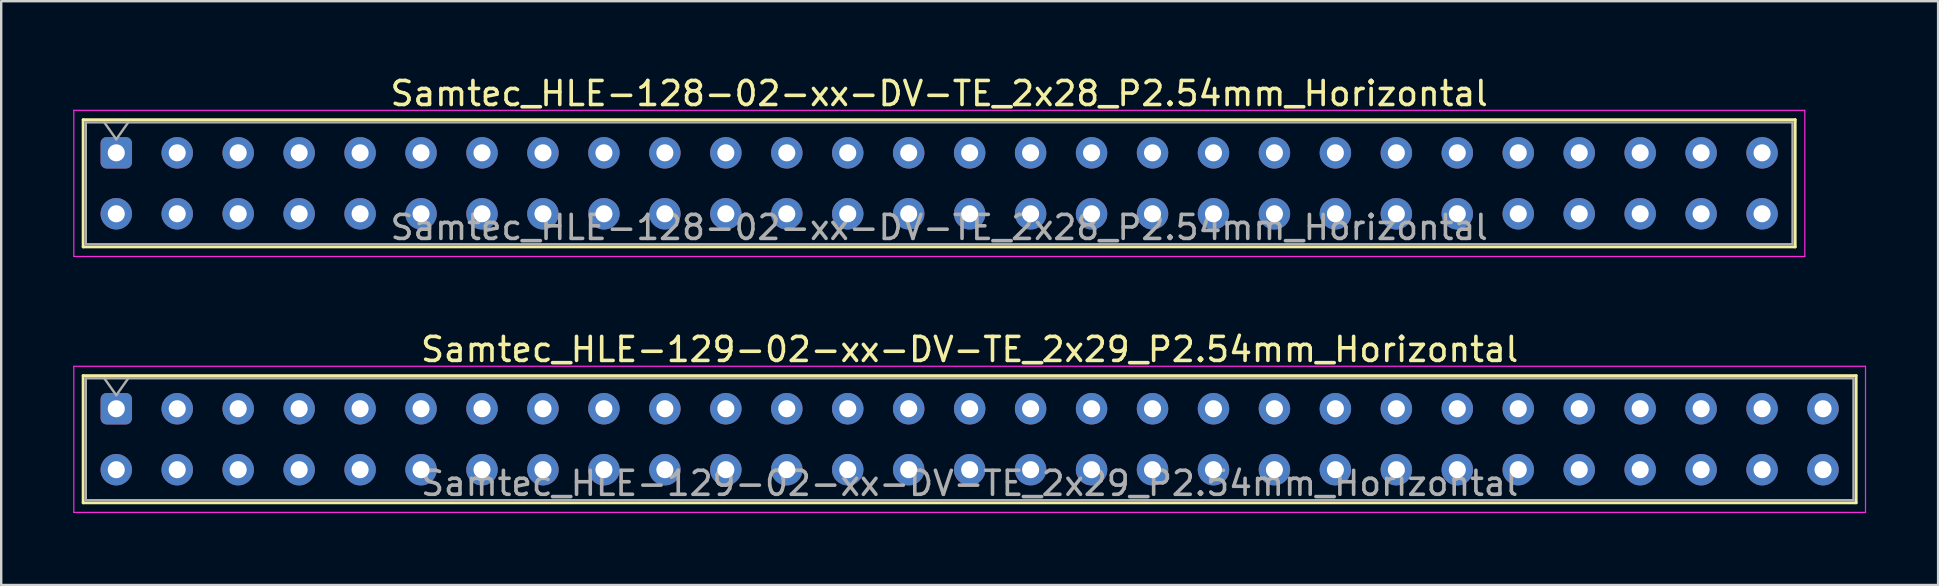
<source format=kicad_pcb>
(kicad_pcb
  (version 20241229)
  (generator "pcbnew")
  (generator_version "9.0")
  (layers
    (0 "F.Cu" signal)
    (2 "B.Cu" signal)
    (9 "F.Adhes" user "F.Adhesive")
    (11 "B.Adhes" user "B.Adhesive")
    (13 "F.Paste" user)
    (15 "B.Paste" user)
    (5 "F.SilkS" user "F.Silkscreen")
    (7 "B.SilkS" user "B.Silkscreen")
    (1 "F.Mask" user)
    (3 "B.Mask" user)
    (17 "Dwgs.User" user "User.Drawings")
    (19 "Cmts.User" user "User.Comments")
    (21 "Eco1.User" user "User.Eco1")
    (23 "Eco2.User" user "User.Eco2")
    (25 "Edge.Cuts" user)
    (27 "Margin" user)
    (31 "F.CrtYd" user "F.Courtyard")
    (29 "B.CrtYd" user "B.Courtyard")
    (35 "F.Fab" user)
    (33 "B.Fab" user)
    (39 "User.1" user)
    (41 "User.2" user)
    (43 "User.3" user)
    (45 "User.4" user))
  (footprint "Samtec_HLE-129-02-xx-DV-TE_2x29_P2.54mm_Horizontal"
    (layer "F.Cu")
    (at 1.795 13.982)
    (property "Reference" "Samtec_HLE-129-02-xx-DV-TE_2x29_P2.54mm_Horizontal" (at 35.56 -2.47 0) (layer "F.SilkS") (effects (font (size 1 1) (thickness 0.15))))
    (attr through_hole)
    (fp_line (start -1.38 -1.38) (end 72.5 -1.38) (stroke (width 0.12) (type solid)) (layer "F.SilkS"))
    (fp_line (start -1.38 3.92) (end -1.38 -1.38) (stroke (width 0.12) (type solid)) (layer "F.SilkS"))
    (fp_line (start 72.5 -1.38) (end 72.5 3.92) (stroke (width 0.12) (type solid)) (layer "F.SilkS"))
    (fp_line (start 72.5 3.92) (end -1.38 3.92) (stroke (width 0.12) (type solid)) (layer "F.SilkS"))
    (fp_line (start -1.77 -1.77) (end 72.89 -1.77) (stroke (width 0.05) (type solid)) (layer "F.CrtYd"))
    (fp_line (start -1.77 4.32) (end -1.77 -1.77) (stroke (width 0.05) (type solid)) (layer "F.CrtYd"))
    (fp_line (start 72.89 -1.77) (end 72.89 4.32) (stroke (width 0.05) (type solid)) (layer "F.CrtYd"))
    (fp_line (start 72.89 4.32) (end -1.77 4.32) (stroke (width 0.05) (type solid)) (layer "F.CrtYd"))
    (fp_line (start -1.27 -1.27) (end 72.39 -1.27) (stroke (width 0.1) (type solid)) (layer "F.Fab"))
    (fp_line (start -1.27 3.81) (end -1.27 -1.27) (stroke (width 0.1) (type solid)) (layer "F.Fab"))
    (fp_line (start -0.5 -1.27) (end 0 -0.563) (stroke (width 0.1) (type solid)) (layer "F.Fab"))
    (fp_line (start 0 -0.563) (end 0.5 -1.27) (stroke (width 0.1) (type solid)) (layer "F.Fab"))
    (fp_line (start 72.39 -1.27) (end 72.39 3.81) (stroke (width 0.1) (type solid)) (layer "F.Fab"))
    (fp_line (start 72.39 3.81) (end -1.27 3.81) (stroke (width 0.1) (type solid)) (layer "F.Fab"))
    (fp_text user "${REFERENCE}" (at 35.56 3.11 0) (layer "F.Fab") (effects (font (size 1 1) (thickness 0.15))))
    (pad "1" thru_hole roundrect (at 0 0) (size 1.31 1.31) (drill 0.71) (layers "*.Cu" "*.Mask") (roundrect_rratio 0.191))
    (pad "2" thru_hole circle (at 0 2.54) (size 1.31 1.31) (drill 0.71) (layers "*.Cu" "*.Mask"))
    (pad "3" thru_hole circle (at 2.54 0) (size 1.31 1.31) (drill 0.71) (layers "*.Cu" "*.Mask"))
    (pad "4" thru_hole circle (at 2.54 2.54) (size 1.31 1.31) (drill 0.71) (layers "*.Cu" "*.Mask"))
    (pad "5" thru_hole circle (at 5.08 0) (size 1.31 1.31) (drill 0.71) (layers "*.Cu" "*.Mask"))
    (pad "6" thru_hole circle (at 5.08 2.54) (size 1.31 1.31) (drill 0.71) (layers "*.Cu" "*.Mask"))
    (pad "7" thru_hole circle (at 7.62 0) (size 1.31 1.31) (drill 0.71) (layers "*.Cu" "*.Mask"))
    (pad "8" thru_hole circle (at 7.62 2.54) (size 1.31 1.31) (drill 0.71) (layers "*.Cu" "*.Mask"))
    (pad "9" thru_hole circle (at 10.16 0) (size 1.31 1.31) (drill 0.71) (layers "*.Cu" "*.Mask"))
    (pad "10" thru_hole circle (at 10.16 2.54) (size 1.31 1.31) (drill 0.71) (layers "*.Cu" "*.Mask"))
    (pad "11" thru_hole circle (at 12.7 0) (size 1.31 1.31) (drill 0.71) (layers "*.Cu" "*.Mask"))
    (pad "12" thru_hole circle (at 12.7 2.54) (size 1.31 1.31) (drill 0.71) (layers "*.Cu" "*.Mask"))
    (pad "13" thru_hole circle (at 15.24 0) (size 1.31 1.31) (drill 0.71) (layers "*.Cu" "*.Mask"))
    (pad "14" thru_hole circle (at 15.24 2.54) (size 1.31 1.31) (drill 0.71) (layers "*.Cu" "*.Mask"))
    (pad "15" thru_hole circle (at 17.78 0) (size 1.31 1.31) (drill 0.71) (layers "*.Cu" "*.Mask"))
    (pad "16" thru_hole circle (at 17.78 2.54) (size 1.31 1.31) (drill 0.71) (layers "*.Cu" "*.Mask"))
    (pad "17" thru_hole circle (at 20.32 0) (size 1.31 1.31) (drill 0.71) (layers "*.Cu" "*.Mask"))
    (pad "18" thru_hole circle (at 20.32 2.54) (size 1.31 1.31) (drill 0.71) (layers "*.Cu" "*.Mask"))
    (pad "19" thru_hole circle (at 22.86 0) (size 1.31 1.31) (drill 0.71) (layers "*.Cu" "*.Mask"))
    (pad "20" thru_hole circle (at 22.86 2.54) (size 1.31 1.31) (drill 0.71) (layers "*.Cu" "*.Mask"))
    (pad "21" thru_hole circle (at 25.4 0) (size 1.31 1.31) (drill 0.71) (layers "*.Cu" "*.Mask"))
    (pad "22" thru_hole circle (at 25.4 2.54) (size 1.31 1.31) (drill 0.71) (layers "*.Cu" "*.Mask"))
    (pad "23" thru_hole circle (at 27.94 0) (size 1.31 1.31) (drill 0.71) (layers "*.Cu" "*.Mask"))
    (pad "24" thru_hole circle (at 27.94 2.54) (size 1.31 1.31) (drill 0.71) (layers "*.Cu" "*.Mask"))
    (pad "25" thru_hole circle (at 30.48 0) (size 1.31 1.31) (drill 0.71) (layers "*.Cu" "*.Mask"))
    (pad "26" thru_hole circle (at 30.48 2.54) (size 1.31 1.31) (drill 0.71) (layers "*.Cu" "*.Mask"))
    (pad "27" thru_hole circle (at 33.02 0) (size 1.31 1.31) (drill 0.71) (layers "*.Cu" "*.Mask"))
    (pad "28" thru_hole circle (at 33.02 2.54) (size 1.31 1.31) (drill 0.71) (layers "*.Cu" "*.Mask"))
    (pad "29" thru_hole circle (at 35.56 0) (size 1.31 1.31) (drill 0.71) (layers "*.Cu" "*.Mask"))
    (pad "30" thru_hole circle (at 35.56 2.54) (size 1.31 1.31) (drill 0.71) (layers "*.Cu" "*.Mask"))
    (pad "31" thru_hole circle (at 38.1 0) (size 1.31 1.31) (drill 0.71) (layers "*.Cu" "*.Mask"))
    (pad "32" thru_hole circle (at 38.1 2.54) (size 1.31 1.31) (drill 0.71) (layers "*.Cu" "*.Mask"))
    (pad "33" thru_hole circle (at 40.64 0) (size 1.31 1.31) (drill 0.71) (layers "*.Cu" "*.Mask"))
    (pad "34" thru_hole circle (at 40.64 2.54) (size 1.31 1.31) (drill 0.71) (layers "*.Cu" "*.Mask"))
    (pad "35" thru_hole circle (at 43.18 0) (size 1.31 1.31) (drill 0.71) (layers "*.Cu" "*.Mask"))
    (pad "36" thru_hole circle (at 43.18 2.54) (size 1.31 1.31) (drill 0.71) (layers "*.Cu" "*.Mask"))
    (pad "37" thru_hole circle (at 45.72 0) (size 1.31 1.31) (drill 0.71) (layers "*.Cu" "*.Mask"))
    (pad "38" thru_hole circle (at 45.72 2.54) (size 1.31 1.31) (drill 0.71) (layers "*.Cu" "*.Mask"))
    (pad "39" thru_hole circle (at 48.26 0) (size 1.31 1.31) (drill 0.71) (layers "*.Cu" "*.Mask"))
    (pad "40" thru_hole circle (at 48.26 2.54) (size 1.31 1.31) (drill 0.71) (layers "*.Cu" "*.Mask"))
    (pad "41" thru_hole circle (at 50.8 0) (size 1.31 1.31) (drill 0.71) (layers "*.Cu" "*.Mask"))
    (pad "42" thru_hole circle (at 50.8 2.54) (size 1.31 1.31) (drill 0.71) (layers "*.Cu" "*.Mask"))
    (pad "43" thru_hole circle (at 53.34 0) (size 1.31 1.31) (drill 0.71) (layers "*.Cu" "*.Mask"))
    (pad "44" thru_hole circle (at 53.34 2.54) (size 1.31 1.31) (drill 0.71) (layers "*.Cu" "*.Mask"))
    (pad "45" thru_hole circle (at 55.88 0) (size 1.31 1.31) (drill 0.71) (layers "*.Cu" "*.Mask"))
    (pad "46" thru_hole circle (at 55.88 2.54) (size 1.31 1.31) (drill 0.71) (layers "*.Cu" "*.Mask"))
    (pad "47" thru_hole circle (at 58.42 0) (size 1.31 1.31) (drill 0.71) (layers "*.Cu" "*.Mask"))
    (pad "48" thru_hole circle (at 58.42 2.54) (size 1.31 1.31) (drill 0.71) (layers "*.Cu" "*.Mask"))
    (pad "49" thru_hole circle (at 60.96 0) (size 1.31 1.31) (drill 0.71) (layers "*.Cu" "*.Mask"))
    (pad "50" thru_hole circle (at 60.96 2.54) (size 1.31 1.31) (drill 0.71) (layers "*.Cu" "*.Mask"))
    (pad "51" thru_hole circle (at 63.5 0) (size 1.31 1.31) (drill 0.71) (layers "*.Cu" "*.Mask"))
    (pad "52" thru_hole circle (at 63.5 2.54) (size 1.31 1.31) (drill 0.71) (layers "*.Cu" "*.Mask"))
    (pad "53" thru_hole circle (at 66.04 0) (size 1.31 1.31) (drill 0.71) (layers "*.Cu" "*.Mask"))
    (pad "54" thru_hole circle (at 66.04 2.54) (size 1.31 1.31) (drill 0.71) (layers "*.Cu" "*.Mask"))
    (pad "55" thru_hole circle (at 68.58 0) (size 1.31 1.31) (drill 0.71) (layers "*.Cu" "*.Mask"))
    (pad "56" thru_hole circle (at 68.58 2.54) (size 1.31 1.31) (drill 0.71) (layers "*.Cu" "*.Mask"))
    (pad "57" thru_hole circle (at 71.12 0) (size 1.31 1.31) (drill 0.71) (layers "*.Cu" "*.Mask"))
    (pad "58" thru_hole circle (at 71.12 2.54) (size 1.31 1.31) (drill 0.71) (layers "*.Cu" "*.Mask")))
  (footprint "Samtec_HLE-128-02-xx-DV-TE_2x28_P2.54mm_Horizontal"
    (layer "F.Cu")
    (at 1.795 3.318)
    (property "Reference" "Samtec_HLE-128-02-xx-DV-TE_2x28_P2.54mm_Horizontal" (at 34.29 -2.47 0) (layer "F.SilkS") (effects (font (size 1 1) (thickness 0.15))))
    (attr through_hole)
    (fp_line (start -1.38 -1.38) (end 69.96 -1.38) (stroke (width 0.12) (type solid)) (layer "F.SilkS"))
    (fp_line (start -1.38 3.92) (end -1.38 -1.38) (stroke (width 0.12) (type solid)) (layer "F.SilkS"))
    (fp_line (start 69.96 -1.38) (end 69.96 3.92) (stroke (width 0.12) (type solid)) (layer "F.SilkS"))
    (fp_line (start 69.96 3.92) (end -1.38 3.92) (stroke (width 0.12) (type solid)) (layer "F.SilkS"))
    (fp_line (start -1.77 -1.77) (end 70.36 -1.77) (stroke (width 0.05) (type solid)) (layer "F.CrtYd"))
    (fp_line (start -1.77 4.32) (end -1.77 -1.77) (stroke (width 0.05) (type solid)) (layer "F.CrtYd"))
    (fp_line (start 70.36 -1.77) (end 70.36 4.32) (stroke (width 0.05) (type solid)) (layer "F.CrtYd"))
    (fp_line (start 70.36 4.32) (end -1.77 4.32) (stroke (width 0.05) (type solid)) (layer "F.CrtYd"))
    (fp_line (start -1.27 -1.27) (end 69.85 -1.27) (stroke (width 0.1) (type solid)) (layer "F.Fab"))
    (fp_line (start -1.27 3.81) (end -1.27 -1.27) (stroke (width 0.1) (type solid)) (layer "F.Fab"))
    (fp_line (start -0.5 -1.27) (end 0 -0.563) (stroke (width 0.1) (type solid)) (layer "F.Fab"))
    (fp_line (start 0 -0.563) (end 0.5 -1.27) (stroke (width 0.1) (type solid)) (layer "F.Fab"))
    (fp_line (start 69.85 -1.27) (end 69.85 3.81) (stroke (width 0.1) (type solid)) (layer "F.Fab"))
    (fp_line (start 69.85 3.81) (end -1.27 3.81) (stroke (width 0.1) (type solid)) (layer "F.Fab"))
    (fp_text user "${REFERENCE}" (at 34.29 3.11 0) (layer "F.Fab") (effects (font (size 1 1) (thickness 0.15))))
    (pad "1" thru_hole roundrect (at 0 0) (size 1.31 1.31) (drill 0.71) (layers "*.Cu" "*.Mask") (roundrect_rratio 0.191))
    (pad "2" thru_hole circle (at 0 2.54) (size 1.31 1.31) (drill 0.71) (layers "*.Cu" "*.Mask"))
    (pad "3" thru_hole circle (at 2.54 0) (size 1.31 1.31) (drill 0.71) (layers "*.Cu" "*.Mask"))
    (pad "4" thru_hole circle (at 2.54 2.54) (size 1.31 1.31) (drill 0.71) (layers "*.Cu" "*.Mask"))
    (pad "5" thru_hole circle (at 5.08 0) (size 1.31 1.31) (drill 0.71) (layers "*.Cu" "*.Mask"))
    (pad "6" thru_hole circle (at 5.08 2.54) (size 1.31 1.31) (drill 0.71) (layers "*.Cu" "*.Mask"))
    (pad "7" thru_hole circle (at 7.62 0) (size 1.31 1.31) (drill 0.71) (layers "*.Cu" "*.Mask"))
    (pad "8" thru_hole circle (at 7.62 2.54) (size 1.31 1.31) (drill 0.71) (layers "*.Cu" "*.Mask"))
    (pad "9" thru_hole circle (at 10.16 0) (size 1.31 1.31) (drill 0.71) (layers "*.Cu" "*.Mask"))
    (pad "10" thru_hole circle (at 10.16 2.54) (size 1.31 1.31) (drill 0.71) (layers "*.Cu" "*.Mask"))
    (pad "11" thru_hole circle (at 12.7 0) (size 1.31 1.31) (drill 0.71) (layers "*.Cu" "*.Mask"))
    (pad "12" thru_hole circle (at 12.7 2.54) (size 1.31 1.31) (drill 0.71) (layers "*.Cu" "*.Mask"))
    (pad "13" thru_hole circle (at 15.24 0) (size 1.31 1.31) (drill 0.71) (layers "*.Cu" "*.Mask"))
    (pad "14" thru_hole circle (at 15.24 2.54) (size 1.31 1.31) (drill 0.71) (layers "*.Cu" "*.Mask"))
    (pad "15" thru_hole circle (at 17.78 0) (size 1.31 1.31) (drill 0.71) (layers "*.Cu" "*.Mask"))
    (pad "16" thru_hole circle (at 17.78 2.54) (size 1.31 1.31) (drill 0.71) (layers "*.Cu" "*.Mask"))
    (pad "17" thru_hole circle (at 20.32 0) (size 1.31 1.31) (drill 0.71) (layers "*.Cu" "*.Mask"))
    (pad "18" thru_hole circle (at 20.32 2.54) (size 1.31 1.31) (drill 0.71) (layers "*.Cu" "*.Mask"))
    (pad "19" thru_hole circle (at 22.86 0) (size 1.31 1.31) (drill 0.71) (layers "*.Cu" "*.Mask"))
    (pad "20" thru_hole circle (at 22.86 2.54) (size 1.31 1.31) (drill 0.71) (layers "*.Cu" "*.Mask"))
    (pad "21" thru_hole circle (at 25.4 0) (size 1.31 1.31) (drill 0.71) (layers "*.Cu" "*.Mask"))
    (pad "22" thru_hole circle (at 25.4 2.54) (size 1.31 1.31) (drill 0.71) (layers "*.Cu" "*.Mask"))
    (pad "23" thru_hole circle (at 27.94 0) (size 1.31 1.31) (drill 0.71) (layers "*.Cu" "*.Mask"))
    (pad "24" thru_hole circle (at 27.94 2.54) (size 1.31 1.31) (drill 0.71) (layers "*.Cu" "*.Mask"))
    (pad "25" thru_hole circle (at 30.48 0) (size 1.31 1.31) (drill 0.71) (layers "*.Cu" "*.Mask"))
    (pad "26" thru_hole circle (at 30.48 2.54) (size 1.31 1.31) (drill 0.71) (layers "*.Cu" "*.Mask"))
    (pad "27" thru_hole circle (at 33.02 0) (size 1.31 1.31) (drill 0.71) (layers "*.Cu" "*.Mask"))
    (pad "28" thru_hole circle (at 33.02 2.54) (size 1.31 1.31) (drill 0.71) (layers "*.Cu" "*.Mask"))
    (pad "29" thru_hole circle (at 35.56 0) (size 1.31 1.31) (drill 0.71) (layers "*.Cu" "*.Mask"))
    (pad "30" thru_hole circle (at 35.56 2.54) (size 1.31 1.31) (drill 0.71) (layers "*.Cu" "*.Mask"))
    (pad "31" thru_hole circle (at 38.1 0) (size 1.31 1.31) (drill 0.71) (layers "*.Cu" "*.Mask"))
    (pad "32" thru_hole circle (at 38.1 2.54) (size 1.31 1.31) (drill 0.71) (layers "*.Cu" "*.Mask"))
    (pad "33" thru_hole circle (at 40.64 0) (size 1.31 1.31) (drill 0.71) (layers "*.Cu" "*.Mask"))
    (pad "34" thru_hole circle (at 40.64 2.54) (size 1.31 1.31) (drill 0.71) (layers "*.Cu" "*.Mask"))
    (pad "35" thru_hole circle (at 43.18 0) (size 1.31 1.31) (drill 0.71) (layers "*.Cu" "*.Mask"))
    (pad "36" thru_hole circle (at 43.18 2.54) (size 1.31 1.31) (drill 0.71) (layers "*.Cu" "*.Mask"))
    (pad "37" thru_hole circle (at 45.72 0) (size 1.31 1.31) (drill 0.71) (layers "*.Cu" "*.Mask"))
    (pad "38" thru_hole circle (at 45.72 2.54) (size 1.31 1.31) (drill 0.71) (layers "*.Cu" "*.Mask"))
    (pad "39" thru_hole circle (at 48.26 0) (size 1.31 1.31) (drill 0.71) (layers "*.Cu" "*.Mask"))
    (pad "40" thru_hole circle (at 48.26 2.54) (size 1.31 1.31) (drill 0.71) (layers "*.Cu" "*.Mask"))
    (pad "41" thru_hole circle (at 50.8 0) (size 1.31 1.31) (drill 0.71) (layers "*.Cu" "*.Mask"))
    (pad "42" thru_hole circle (at 50.8 2.54) (size 1.31 1.31) (drill 0.71) (layers "*.Cu" "*.Mask"))
    (pad "43" thru_hole circle (at 53.34 0) (size 1.31 1.31) (drill 0.71) (layers "*.Cu" "*.Mask"))
    (pad "44" thru_hole circle (at 53.34 2.54) (size 1.31 1.31) (drill 0.71) (layers "*.Cu" "*.Mask"))
    (pad "45" thru_hole circle (at 55.88 0) (size 1.31 1.31) (drill 0.71) (layers "*.Cu" "*.Mask"))
    (pad "46" thru_hole circle (at 55.88 2.54) (size 1.31 1.31) (drill 0.71) (layers "*.Cu" "*.Mask"))
    (pad "47" thru_hole circle (at 58.42 0) (size 1.31 1.31) (drill 0.71) (layers "*.Cu" "*.Mask"))
    (pad "48" thru_hole circle (at 58.42 2.54) (size 1.31 1.31) (drill 0.71) (layers "*.Cu" "*.Mask"))
    (pad "49" thru_hole circle (at 60.96 0) (size 1.31 1.31) (drill 0.71) (layers "*.Cu" "*.Mask"))
    (pad "50" thru_hole circle (at 60.96 2.54) (size 1.31 1.31) (drill 0.71) (layers "*.Cu" "*.Mask"))
    (pad "51" thru_hole circle (at 63.5 0) (size 1.31 1.31) (drill 0.71) (layers "*.Cu" "*.Mask"))
    (pad "52" thru_hole circle (at 63.5 2.54) (size 1.31 1.31) (drill 0.71) (layers "*.Cu" "*.Mask"))
    (pad "53" thru_hole circle (at 66.04 0) (size 1.31 1.31) (drill 0.71) (layers "*.Cu" "*.Mask"))
    (pad "54" thru_hole circle (at 66.04 2.54) (size 1.31 1.31) (drill 0.71) (layers "*.Cu" "*.Mask"))
    (pad "55" thru_hole circle (at 68.58 0) (size 1.31 1.31) (drill 0.71) (layers "*.Cu" "*.Mask"))
    (pad "56" thru_hole circle (at 68.58 2.54) (size 1.31 1.31) (drill 0.71) (layers "*.Cu" "*.Mask")))
  (gr_rect
    (start -3 -3)
    (end 77.71 21.326)
    (stroke (width 0.1) (type default))
    (fill no)
    (layer "Edge.Cuts")))
</source>
